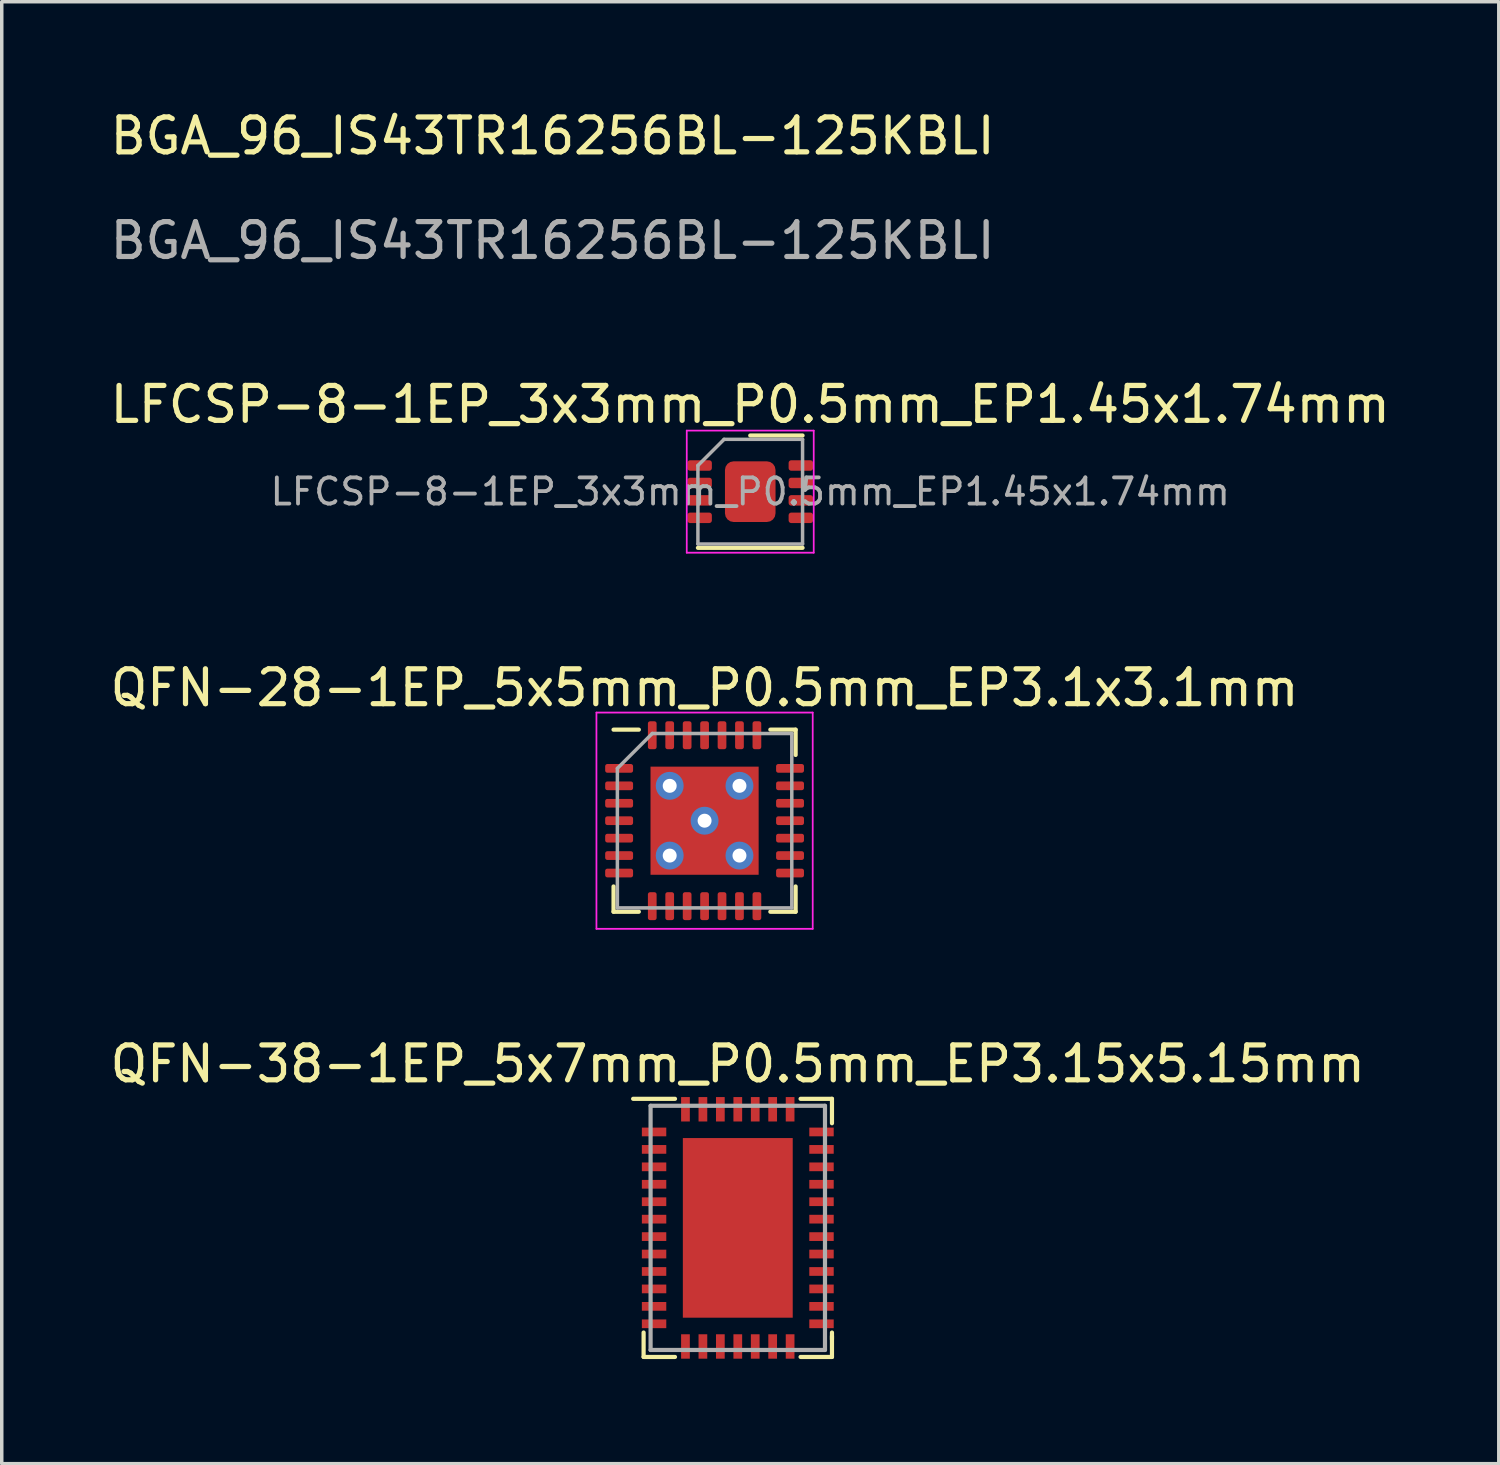
<source format=kicad_pcb>
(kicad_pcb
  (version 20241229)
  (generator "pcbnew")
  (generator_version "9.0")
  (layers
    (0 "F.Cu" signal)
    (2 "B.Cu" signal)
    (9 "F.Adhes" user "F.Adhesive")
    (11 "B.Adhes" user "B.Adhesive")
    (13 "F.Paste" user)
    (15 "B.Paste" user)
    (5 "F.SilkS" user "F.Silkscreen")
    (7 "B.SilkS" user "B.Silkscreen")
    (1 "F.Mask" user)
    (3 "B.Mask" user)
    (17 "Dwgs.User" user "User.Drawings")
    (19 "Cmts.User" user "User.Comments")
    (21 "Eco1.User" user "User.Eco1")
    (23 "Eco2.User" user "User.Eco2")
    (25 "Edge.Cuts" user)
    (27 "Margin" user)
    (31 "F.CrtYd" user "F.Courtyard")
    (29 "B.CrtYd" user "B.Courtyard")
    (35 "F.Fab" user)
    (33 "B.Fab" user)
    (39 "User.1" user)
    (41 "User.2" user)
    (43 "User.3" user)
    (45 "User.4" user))
  (footprint "BGA_96_IS43TR16256BL-125KBLI"
    (layer "F.Cu")
    (at 12.792 1.348)
    (property "Reference" "BGA_96_IS43TR16256BL-125KBLI" (at 0 -0.5 0) (unlocked yes) (layer "F.SilkS") (effects (font (size 1 1) (thickness 0.15))))
    (attr smd)
    (fp_text user "${REFERENCE}" (at 0 2.5 0) (unlocked yes) (layer "F.Fab") (effects (font (size 1 1) (thickness 0.15)))))
  (footprint "QFN-28-1EP_5x5mm_P0.5mm_EP3.1x3.1mm"
    (layer "F.Cu")
    (at 17.149 20.478)
    (property "Reference" "QFN-28-1EP_5x5mm_P0.5mm_EP3.1x3.1mm" (at 0 -3.81 0) (layer "F.SilkS") (effects (font (size 1 1) (thickness 0.15))))
    (attr through_hole)
    (fp_line (start -2.61 2.61) (end -2.61 1.885) (stroke (width 0.12) (type solid)) (layer "F.SilkS"))
    (fp_line (start -1.885 -2.61) (end -2.61 -2.61) (stroke (width 0.12) (type solid)) (layer "F.SilkS"))
    (fp_line (start -1.885 2.61) (end -2.61 2.61) (stroke (width 0.12) (type solid)) (layer "F.SilkS"))
    (fp_line (start 1.885 -2.61) (end 2.61 -2.61) (stroke (width 0.12) (type solid)) (layer "F.SilkS"))
    (fp_line (start 1.885 2.61) (end 2.61 2.61) (stroke (width 0.12) (type solid)) (layer "F.SilkS"))
    (fp_line (start 2.61 -2.61) (end 2.61 -1.885) (stroke (width 0.12) (type solid)) (layer "F.SilkS"))
    (fp_line (start 2.61 2.61) (end 2.61 1.885) (stroke (width 0.12) (type solid)) (layer "F.SilkS"))
    (fp_line (start -3.1 -3.1) (end -3.1 3.1) (stroke (width 0.05) (type solid)) (layer "F.CrtYd"))
    (fp_line (start -3.1 3.1) (end 3.1 3.1) (stroke (width 0.05) (type solid)) (layer "F.CrtYd"))
    (fp_line (start 3.1 -3.1) (end -3.1 -3.1) (stroke (width 0.05) (type solid)) (layer "F.CrtYd"))
    (fp_line (start 3.1 3.1) (end 3.1 -3.1) (stroke (width 0.05) (type solid)) (layer "F.CrtYd"))
    (fp_line (start -2.5 -1.5) (end -1.5 -2.5) (stroke (width 0.1) (type solid)) (layer "F.Fab"))
    (fp_line (start -2.5 2.5) (end -2.5 -1.5) (stroke (width 0.1) (type solid)) (layer "F.Fab"))
    (fp_line (start -1.5 -2.5) (end 2.5 -2.5) (stroke (width 0.1) (type solid)) (layer "F.Fab"))
    (fp_line (start 2.5 -2.5) (end 2.5 2.5) (stroke (width 0.1) (type solid)) (layer "F.Fab"))
    (fp_line (start 2.5 2.5) (end -2.5 2.5) (stroke (width 0.1) (type solid)) (layer "F.Fab"))
    (pad "" smd roundrect (at -1.12 -1.12) (size 0.9 0.9) (layers "F.Paste") (roundrect_rratio 0.25))
    (pad "" smd roundrect (at -1.12 0) (size 0.9 0.9) (layers "F.Paste") (roundrect_rratio 0.25))
    (pad "" smd roundrect (at -1.12 1.12) (size 0.9 0.9) (layers "F.Paste") (roundrect_rratio 0.25))
    (pad "" smd roundrect (at 0 -1.12) (size 0.9 0.9) (layers "F.Paste") (roundrect_rratio 0.25))
    (pad "" smd roundrect (at 0 0) (size 0.9 0.9) (layers "F.Paste") (roundrect_rratio 0.25))
    (pad "" smd roundrect (at 0 1.12) (size 0.9 0.9) (layers "F.Paste") (roundrect_rratio 0.25))
    (pad "" smd roundrect (at 1.12 -1.12) (size 0.9 0.9) (layers "F.Paste") (roundrect_rratio 0.25))
    (pad "" smd roundrect (at 1.12 0) (size 0.9 0.9) (layers "F.Paste") (roundrect_rratio 0.25))
    (pad "" smd roundrect (at 1.12 1.12) (size 0.9 0.9) (layers "F.Paste") (roundrect_rratio 0.25))
    (pad "1" smd roundrect (at -2.45 -1.5) (size 0.8 0.25) (layers "F.Cu" "F.Mask" "F.Paste") (roundrect_rratio 0.25))
    (pad "2" smd roundrect (at -2.45 -1) (size 0.8 0.25) (layers "F.Cu" "F.Mask" "F.Paste") (roundrect_rratio 0.25))
    (pad "3" smd roundrect (at -2.45 -0.5) (size 0.8 0.25) (layers "F.Cu" "F.Mask" "F.Paste") (roundrect_rratio 0.25))
    (pad "4" smd roundrect (at -2.45 0) (size 0.8 0.25) (layers "F.Cu" "F.Mask" "F.Paste") (roundrect_rratio 0.25))
    (pad "5" smd roundrect (at -2.45 0.5) (size 0.8 0.25) (layers "F.Cu" "F.Mask" "F.Paste") (roundrect_rratio 0.25))
    (pad "6" smd roundrect (at -2.45 1) (size 0.8 0.25) (layers "F.Cu" "F.Mask" "F.Paste") (roundrect_rratio 0.25))
    (pad "7" smd roundrect (at -2.45 1.5) (size 0.8 0.25) (layers "F.Cu" "F.Mask" "F.Paste") (roundrect_rratio 0.25))
    (pad "8" smd roundrect (at -1.5 2.45) (size 0.25 0.8) (layers "F.Cu" "F.Mask" "F.Paste") (roundrect_rratio 0.25))
    (pad "9" smd roundrect (at -1 2.45) (size 0.25 0.8) (layers "F.Cu" "F.Mask" "F.Paste") (roundrect_rratio 0.25))
    (pad "10" smd roundrect (at -0.5 2.45) (size 0.25 0.8) (layers "F.Cu" "F.Mask" "F.Paste") (roundrect_rratio 0.25))
    (pad "11" smd roundrect (at 0 2.45) (size 0.25 0.8) (layers "F.Cu" "F.Mask" "F.Paste") (roundrect_rratio 0.25))
    (pad "12" smd roundrect (at 0.5 2.45) (size 0.25 0.8) (layers "F.Cu" "F.Mask" "F.Paste") (roundrect_rratio 0.25))
    (pad "13" smd roundrect (at 1 2.45) (size 0.25 0.8) (layers "F.Cu" "F.Mask" "F.Paste") (roundrect_rratio 0.25))
    (pad "14" smd roundrect (at 1.5 2.45) (size 0.25 0.8) (layers "F.Cu" "F.Mask" "F.Paste") (roundrect_rratio 0.25))
    (pad "15" smd roundrect (at 2.45 1.5) (size 0.8 0.25) (layers "F.Cu" "F.Mask" "F.Paste") (roundrect_rratio 0.25))
    (pad "16" smd roundrect (at 2.45 1) (size 0.8 0.25) (layers "F.Cu" "F.Mask" "F.Paste") (roundrect_rratio 0.25))
    (pad "17" smd roundrect (at 2.45 0.5) (size 0.8 0.25) (layers "F.Cu" "F.Mask" "F.Paste") (roundrect_rratio 0.25))
    (pad "18" smd roundrect (at 2.45 0) (size 0.8 0.25) (layers "F.Cu" "F.Mask" "F.Paste") (roundrect_rratio 0.25))
    (pad "19" smd roundrect (at 2.45 -0.5) (size 0.8 0.25) (layers "F.Cu" "F.Mask" "F.Paste") (roundrect_rratio 0.25))
    (pad "20" smd roundrect (at 2.45 -1) (size 0.8 0.25) (layers "F.Cu" "F.Mask" "F.Paste") (roundrect_rratio 0.25))
    (pad "21" smd roundrect (at 2.45 -1.5) (size 0.8 0.25) (layers "F.Cu" "F.Mask" "F.Paste") (roundrect_rratio 0.25))
    (pad "22" smd roundrect (at 1.5 -2.45) (size 0.25 0.8) (layers "F.Cu" "F.Mask" "F.Paste") (roundrect_rratio 0.25))
    (pad "23" smd roundrect (at 1 -2.45) (size 0.25 0.8) (layers "F.Cu" "F.Mask" "F.Paste") (roundrect_rratio 0.25))
    (pad "24" smd roundrect (at 0.5 -2.45) (size 0.25 0.8) (layers "F.Cu" "F.Mask" "F.Paste") (roundrect_rratio 0.25))
    (pad "25" smd roundrect (at 0 -2.45) (size 0.25 0.8) (layers "F.Cu" "F.Mask" "F.Paste") (roundrect_rratio 0.25))
    (pad "26" smd roundrect (at -0.5 -2.45) (size 0.25 0.8) (layers "F.Cu" "F.Mask" "F.Paste") (roundrect_rratio 0.25))
    (pad "27" smd roundrect (at -1 -2.45) (size 0.25 0.8) (layers "F.Cu" "F.Mask" "F.Paste") (roundrect_rratio 0.25))
    (pad "28" smd roundrect (at -1.5 -2.45) (size 0.25 0.8) (layers "F.Cu" "F.Mask" "F.Paste") (roundrect_rratio 0.25))
    (pad "29" thru_hole circle (at -1 -1) (size 0.8 0.8) (drill 0.4) (layers "*.Cu" "F.Mask"))
    (pad "29" thru_hole circle (at -1 1) (size 0.8 0.8) (drill 0.4) (layers "*.Cu" "F.Mask"))
    (pad "29" thru_hole circle (at 0 0) (size 0.8 0.8) (drill 0.4) (layers "*.Cu" "F.Mask"))
    (pad "29" smd rect (at 0 0) (size 3.1 3.1) (layers "F.Cu" "F.Mask"))
    (pad "29" thru_hole circle (at 1 -1) (size 0.8 0.8) (drill 0.4) (layers "*.Cu" "F.Mask"))
    (pad "29" thru_hole circle (at 1 1) (size 0.8 0.8) (drill 0.4) (layers "*.Cu" "F.Mask")))
  (footprint "QFN-38-1EP_5x7mm_P0.5mm_EP3.15x5.15mm"
    (layer "F.Cu")
    (at 18.101 32.151)
    (property "Reference" "QFN-38-1EP_5x7mm_P0.5mm_EP3.15x5.15mm" (at 0 -4.7 0) (layer "F.SilkS") (effects (font (size 1 1) (thickness 0.15))))
    (attr through_hole)
    (fp_line (start -2.7 3.7) (end -2.7 3) (stroke (width 0.12) (type solid)) (layer "F.SilkS"))
    (fp_line (start -1.8 -3.7) (end -3 -3.7) (stroke (width 0.12) (type solid)) (layer "F.SilkS"))
    (fp_line (start -1.8 3.7) (end -2.7 3.7) (stroke (width 0.12) (type solid)) (layer "F.SilkS"))
    (fp_line (start 1.8 -3.7) (end 2.7 -3.7) (stroke (width 0.12) (type solid)) (layer "F.SilkS"))
    (fp_line (start 1.8 3.7) (end 2.7 3.7) (stroke (width 0.12) (type solid)) (layer "F.SilkS"))
    (fp_line (start 2.7 -3.7) (end 2.7 -3) (stroke (width 0.12) (type solid)) (layer "F.SilkS"))
    (fp_line (start 2.7 3) (end 2.7 3.2) (stroke (width 0.12) (type solid)) (layer "F.SilkS"))
    (fp_line (start 2.7 3.7) (end 2.7 3.1) (stroke (width 0.12) (type solid)) (layer "F.SilkS"))
    (fp_line (start -2.5 -3.5) (end -2.5 3.5) (stroke (width 0.12) (type solid)) (layer "F.Fab"))
    (fp_line (start -2.5 3.5) (end 2.5 3.5) (stroke (width 0.12) (type solid)) (layer "F.Fab"))
    (fp_line (start 2.5 -3.5) (end -2.5 -3.5) (stroke (width 0.12) (type solid)) (layer "F.Fab"))
    (fp_line (start 2.5 3.5) (end 2.5 -3.5) (stroke (width 0.12) (type solid)) (layer "F.Fab"))
    (pad "1" smd rect (at -2.4 -2.75) (size 0.7 0.25) (layers "F.Cu" "F.Mask" "F.Paste"))
    (pad "2" smd rect (at -2.4 -2.25) (size 0.7 0.25) (layers "F.Cu" "F.Mask" "F.Paste"))
    (pad "3" smd rect (at -2.4 -1.75) (size 0.7 0.25) (layers "F.Cu" "F.Mask" "F.Paste"))
    (pad "4" smd rect (at -2.4 -1.25) (size 0.7 0.25) (layers "F.Cu" "F.Mask" "F.Paste"))
    (pad "5" smd rect (at -2.4 -0.75) (size 0.7 0.25) (layers "F.Cu" "F.Mask" "F.Paste"))
    (pad "6" smd rect (at -2.4 -0.25) (size 0.7 0.25) (layers "F.Cu" "F.Mask" "F.Paste"))
    (pad "7" smd rect (at -2.4 0.25) (size 0.7 0.25) (layers "F.Cu" "F.Mask" "F.Paste"))
    (pad "8" smd rect (at -2.4 0.75) (size 0.7 0.25) (layers "F.Cu" "F.Mask" "F.Paste"))
    (pad "9" smd rect (at -2.4 1.25) (size 0.7 0.25) (layers "F.Cu" "F.Mask" "F.Paste"))
    (pad "10" smd rect (at -2.4 1.75) (size 0.7 0.25) (layers "F.Cu" "F.Mask" "F.Paste"))
    (pad "11" smd rect (at -2.4 2.25) (size 0.7 0.25) (layers "F.Cu" "F.Mask" "F.Paste"))
    (pad "12" smd rect (at -2.4 2.75) (size 0.7 0.25) (layers "F.Cu" "F.Mask" "F.Paste"))
    (pad "13" smd rect (at -1.5 3.4 90) (size 0.7 0.25) (layers "F.Cu" "F.Mask" "F.Paste"))
    (pad "14" smd rect (at -1 3.4 90) (size 0.7 0.25) (layers "F.Cu" "F.Mask" "F.Paste"))
    (pad "15" smd rect (at -0.5 3.4 90) (size 0.7 0.25) (layers "F.Cu" "F.Mask" "F.Paste"))
    (pad "16" smd rect (at 0 3.4 90) (size 0.7 0.25) (layers "F.Cu" "F.Mask" "F.Paste"))
    (pad "17" smd rect (at 0.5 3.4 90) (size 0.7 0.25) (layers "F.Cu" "F.Mask" "F.Paste"))
    (pad "18" smd rect (at 1 3.4 90) (size 0.7 0.25) (layers "F.Cu" "F.Mask" "F.Paste"))
    (pad "19" smd rect (at 1.5 3.4 90) (size 0.7 0.25) (layers "F.Cu" "F.Mask" "F.Paste"))
    (pad "20" smd rect (at 2.4 2.75) (size 0.7 0.25) (layers "F.Cu" "F.Mask" "F.Paste"))
    (pad "21" smd rect (at 2.4 2.25) (size 0.7 0.25) (layers "F.Cu" "F.Mask" "F.Paste"))
    (pad "22" smd rect (at 2.4 1.75) (size 0.7 0.25) (layers "F.Cu" "F.Mask" "F.Paste"))
    (pad "23" smd rect (at 2.4 1.25) (size 0.7 0.25) (layers "F.Cu" "F.Mask" "F.Paste"))
    (pad "24" smd rect (at 2.4 0.75) (size 0.7 0.25) (layers "F.Cu" "F.Mask" "F.Paste"))
    (pad "25" smd rect (at 2.4 0.25) (size 0.7 0.25) (layers "F.Cu" "F.Mask" "F.Paste"))
    (pad "26" smd rect (at 2.4 -0.25) (size 0.7 0.25) (layers "F.Cu" "F.Mask" "F.Paste"))
    (pad "27" smd rect (at 2.4 -0.75) (size 0.7 0.25) (layers "F.Cu" "F.Mask" "F.Paste"))
    (pad "28" smd rect (at 2.4 -1.25) (size 0.7 0.25) (layers "F.Cu" "F.Mask" "F.Paste"))
    (pad "29" smd rect (at 2.4 -1.75) (size 0.7 0.25) (layers "F.Cu" "F.Mask" "F.Paste"))
    (pad "30" smd rect (at 2.4 -2.25) (size 0.7 0.25) (layers "F.Cu" "F.Mask" "F.Paste"))
    (pad "31" smd rect (at 2.4 -2.75) (size 0.7 0.25) (layers "F.Cu" "F.Mask" "F.Paste"))
    (pad "32" smd rect (at 1.5 -3.4 90) (size 0.7 0.25) (layers "F.Cu" "F.Mask" "F.Paste"))
    (pad "33" smd rect (at 1 -3.4 90) (size 0.7 0.25) (layers "F.Cu" "F.Mask" "F.Paste"))
    (pad "34" smd rect (at 0.5 -3.4 90) (size 0.7 0.25) (layers "F.Cu" "F.Mask" "F.Paste"))
    (pad "35" smd rect (at 0 -3.4 90) (size 0.7 0.25) (layers "F.Cu" "F.Mask" "F.Paste"))
    (pad "36" smd rect (at -0.5 -3.4 90) (size 0.7 0.25) (layers "F.Cu" "F.Mask" "F.Paste"))
    (pad "37" smd rect (at -1 -3.4 90) (size 0.7 0.25) (layers "F.Cu" "F.Mask" "F.Paste"))
    (pad "38" smd rect (at -1.5 -3.4 90) (size 0.7 0.25) (layers "F.Cu" "F.Mask" "F.Paste"))
    (pad "39" smd rect (at 0 0) (size 3.15 5.15) (layers "F.Cu" "F.Mask" "F.Paste")))
  (footprint "LFCSP-8-1EP_3x3mm_P0.5mm_EP1.45x1.74mm"
    (layer "F.Cu")
    (at 18.458 11.045)
    (property "Reference" "LFCSP-8-1EP_3x3mm_P0.5mm_EP1.45x1.74mm" (at 0 -2.5 0) (layer "F.SilkS") (effects (font (size 1 1) (thickness 0.15))))
    (attr through_hole)
    (fp_line (start -1.5 1.61) (end 1.5 1.61) (stroke (width 0.12) (type solid)) (layer "F.SilkS"))
    (fp_line (start 0 -1.61) (end 1.5 -1.61) (stroke (width 0.12) (type solid)) (layer "F.SilkS"))
    (fp_line (start -1.82 -1.75) (end -1.82 1.75) (stroke (width 0.05) (type solid)) (layer "F.CrtYd"))
    (fp_line (start -1.82 1.75) (end 1.82 1.75) (stroke (width 0.05) (type solid)) (layer "F.CrtYd"))
    (fp_line (start 1.82 -1.75) (end -1.82 -1.75) (stroke (width 0.05) (type solid)) (layer "F.CrtYd"))
    (fp_line (start 1.82 1.75) (end 1.82 -1.75) (stroke (width 0.05) (type solid)) (layer "F.CrtYd"))
    (fp_line (start -1.5 -0.75) (end -0.75 -1.5) (stroke (width 0.1) (type solid)) (layer "F.Fab"))
    (fp_line (start -1.5 1.5) (end -1.5 -0.75) (stroke (width 0.1) (type solid)) (layer "F.Fab"))
    (fp_line (start -0.75 -1.5) (end 1.5 -1.5) (stroke (width 0.1) (type solid)) (layer "F.Fab"))
    (fp_line (start 1.5 -1.5) (end 1.5 1.5) (stroke (width 0.1) (type solid)) (layer "F.Fab"))
    (fp_line (start 1.5 1.5) (end -1.5 1.5) (stroke (width 0.1) (type solid)) (layer "F.Fab"))
    (fp_text user "${REFERENCE}" (at 0 0 0) (layer "F.Fab") (effects (font (size 0.75 0.75) (thickness 0.11))))
    (pad "" smd roundrect (at -0.365 -0.435) (size 0.58 0.7) (layers "F.Paste") (roundrect_rratio 0.25))
    (pad "" smd roundrect (at -0.365 0.435) (size 0.58 0.7) (layers "F.Paste") (roundrect_rratio 0.25))
    (pad "" smd roundrect (at 0.365 -0.435) (size 0.58 0.7) (layers "F.Paste") (roundrect_rratio 0.25))
    (pad "" smd roundrect (at 0.365 0.435) (size 0.58 0.7) (layers "F.Paste") (roundrect_rratio 0.25))
    (pad "1" smd roundrect (at -1.45 -0.75) (size 0.7 0.3) (layers "F.Cu" "F.Mask" "F.Paste") (roundrect_rratio 0.25))
    (pad "2" smd roundrect (at -1.45 -0.25) (size 0.7 0.3) (layers "F.Cu" "F.Mask" "F.Paste") (roundrect_rratio 0.25))
    (pad "3" smd roundrect (at -1.45 0.25) (size 0.7 0.3) (layers "F.Cu" "F.Mask" "F.Paste") (roundrect_rratio 0.25))
    (pad "4" smd roundrect (at -1.45 0.75) (size 0.7 0.3) (layers "F.Cu" "F.Mask" "F.Paste") (roundrect_rratio 0.25))
    (pad "5" smd roundrect (at 1.45 0.75) (size 0.7 0.3) (layers "F.Cu" "F.Mask" "F.Paste") (roundrect_rratio 0.25))
    (pad "6" smd roundrect (at 1.45 0.25) (size 0.7 0.3) (layers "F.Cu" "F.Mask" "F.Paste") (roundrect_rratio 0.25))
    (pad "7" smd roundrect (at 1.45 -0.25) (size 0.7 0.3) (layers "F.Cu" "F.Mask" "F.Paste") (roundrect_rratio 0.25))
    (pad "8" smd roundrect (at 1.45 -0.75) (size 0.7 0.3) (layers "F.Cu" "F.Mask" "F.Paste") (roundrect_rratio 0.25))
    (pad "9" smd roundrect (at 0 0) (size 1.45 1.74) (layers "F.Cu" "F.Mask") (roundrect_rratio 0.172)))
  (gr_rect
    (start -3 -3)
    (end 39.917 38.911)
    (stroke (width 0.1) (type default))
    (fill no)
    (layer "Edge.Cuts")))
</source>
